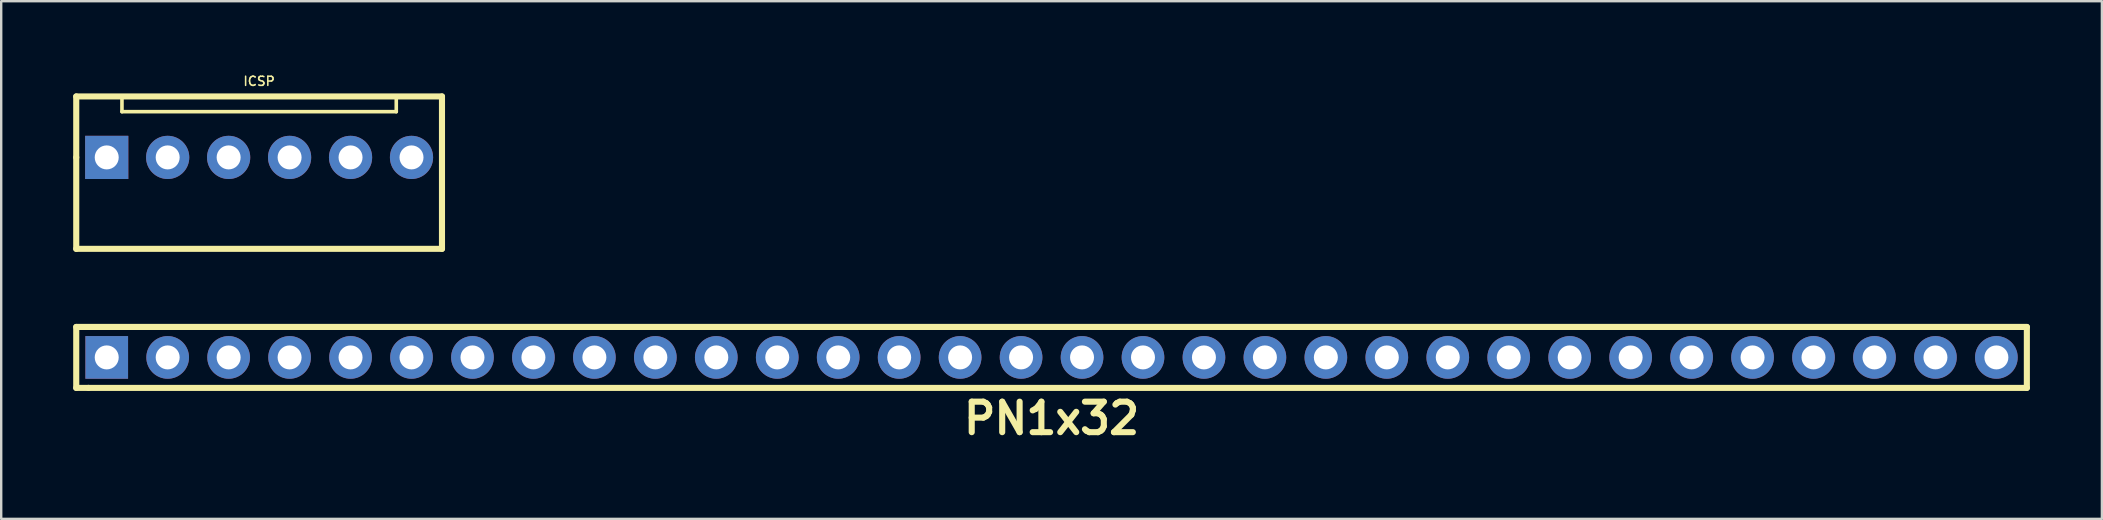
<source format=kicad_pcb>
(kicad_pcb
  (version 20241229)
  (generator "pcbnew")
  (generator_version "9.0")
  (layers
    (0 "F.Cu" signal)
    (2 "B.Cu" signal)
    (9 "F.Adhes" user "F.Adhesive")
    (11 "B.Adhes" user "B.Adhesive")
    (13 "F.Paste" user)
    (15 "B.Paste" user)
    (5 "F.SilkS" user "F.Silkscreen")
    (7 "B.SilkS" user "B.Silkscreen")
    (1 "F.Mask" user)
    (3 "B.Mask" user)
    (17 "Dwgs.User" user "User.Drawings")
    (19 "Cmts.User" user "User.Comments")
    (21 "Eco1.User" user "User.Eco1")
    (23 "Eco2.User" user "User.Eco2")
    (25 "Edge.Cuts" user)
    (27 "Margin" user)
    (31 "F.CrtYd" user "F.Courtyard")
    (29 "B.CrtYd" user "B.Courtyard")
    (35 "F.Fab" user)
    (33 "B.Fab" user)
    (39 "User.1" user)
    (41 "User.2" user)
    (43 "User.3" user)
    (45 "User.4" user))
  (footprint "ICSP"
    (layer "F.Cu")
    (at 7.747 3.509)
    (property "Reference" "ICSP" (at 0 -3.175 0) (layer "F.SilkS") (effects (font (size 0.381 0.381) (thickness 0.064))))
    (attr through_hole)
    (fp_line (start -7.62 -2.54) (end 7.62 -2.54) (stroke (width 0.254) (type solid)) (layer "F.SilkS"))
    (fp_line (start -7.62 0) (end -7.62 -2.54) (stroke (width 0.254) (type solid)) (layer "F.SilkS"))
    (fp_line (start -7.62 3.81) (end -7.62 0) (stroke (width 0.254) (type solid)) (layer "F.SilkS"))
    (fp_line (start -5.715 -2.54) (end -5.715 -1.905) (stroke (width 0.15) (type solid)) (layer "F.SilkS"))
    (fp_line (start -5.715 -1.905) (end 5.715 -1.905) (stroke (width 0.15) (type solid)) (layer "F.SilkS"))
    (fp_line (start 5.715 -1.905) (end 5.715 -2.54) (stroke (width 0.15) (type solid)) (layer "F.SilkS"))
    (fp_line (start 7.62 -2.54) (end 7.62 3.81) (stroke (width 0.254) (type solid)) (layer "F.SilkS"))
    (fp_line (start 7.62 3.81) (end -7.62 3.81) (stroke (width 0.254) (type solid)) (layer "F.SilkS"))
    (pad "1" thru_hole rect (at -6.35 0 90) (size 1.8 1.8) (drill 1) (layers "*.Cu" "*.Mask"))
    (pad "2" thru_hole circle (at -3.81 0 90) (size 1.8 1.8) (drill 1) (layers "*.Cu" "*.Mask"))
    (pad "3" thru_hole circle (at -1.27 0 90) (size 1.8 1.8) (drill 1) (layers "*.Cu" "*.Mask"))
    (pad "4" thru_hole circle (at 1.27 0 90) (size 1.8 1.8) (drill 1) (layers "*.Cu" "*.Mask"))
    (pad "5" thru_hole circle (at 3.81 0 90) (size 1.8 1.8) (drill 1) (layers "*.Cu" "*.Mask"))
    (pad "6" thru_hole circle (at 6.35 0) (size 1.8 1.8) (drill 1) (layers "*.Cu" "*.Mask")))
  (footprint "PN1x32"
    (layer "F.Cu")
    (at 40.767 11.843)
    (property "Reference" "PN1x32" (at 0 2.54 0) (layer "F.SilkS") (effects (font (size 1.27 1.27) (thickness 0.254))))
    (attr through_hole)
    (fp_line (start -40.64 -1.27) (end -40.64 1.27) (stroke (width 0.254) (type solid)) (layer "F.SilkS"))
    (fp_line (start -40.64 -1.27) (end 40.64 -1.27) (stroke (width 0.254) (type solid)) (layer "F.SilkS"))
    (fp_line (start -40.132 1.27) (end -40.64 1.27) (stroke (width 0.254) (type solid)) (layer "F.SilkS"))
    (fp_line (start 40.64 -1.27) (end 40.64 1.27) (stroke (width 0.254) (type solid)) (layer "F.SilkS"))
    (fp_line (start 40.64 1.27) (end -40.132 1.27) (stroke (width 0.254) (type solid)) (layer "F.SilkS"))
    (pad "1" thru_hole rect (at -39.37 0) (size 1.778 1.778) (drill 1) (layers "*.Cu" "*.Mask"))
    (pad "2" thru_hole circle (at -36.83 0) (size 1.778 1.778) (drill 1) (layers "*.Cu" "*.Mask"))
    (pad "3" thru_hole circle (at -34.29 0) (size 1.778 1.778) (drill 1) (layers "*.Cu" "*.Mask"))
    (pad "4" thru_hole circle (at -31.75 0) (size 1.778 1.778) (drill 1) (layers "*.Cu" "*.Mask"))
    (pad "5" thru_hole circle (at -29.21 0) (size 1.778 1.778) (drill 1) (layers "*.Cu" "*.Mask"))
    (pad "6" thru_hole circle (at -26.67 0) (size 1.778 1.778) (drill 1) (layers "*.Cu" "*.Mask"))
    (pad "7" thru_hole circle (at -24.13 0) (size 1.778 1.778) (drill 1) (layers "*.Cu" "*.Mask"))
    (pad "8" thru_hole circle (at -21.59 0) (size 1.778 1.778) (drill 1) (layers "*.Cu" "*.Mask"))
    (pad "9" thru_hole circle (at -19.05 0) (size 1.778 1.778) (drill 1) (layers "*.Cu" "*.Mask"))
    (pad "10" thru_hole circle (at -16.51 0) (size 1.778 1.778) (drill 1) (layers "*.Cu" "*.Mask"))
    (pad "11" thru_hole circle (at -13.97 0) (size 1.778 1.778) (drill 1) (layers "*.Cu" "*.Mask"))
    (pad "12" thru_hole circle (at -11.43 0) (size 1.778 1.778) (drill 1) (layers "*.Cu" "*.Mask"))
    (pad "13" thru_hole circle (at -8.89 0) (size 1.778 1.778) (drill 1) (layers "*.Cu" "*.Mask"))
    (pad "14" thru_hole circle (at -6.35 0) (size 1.778 1.778) (drill 1) (layers "*.Cu" "*.Mask"))
    (pad "15" thru_hole circle (at -3.81 0) (size 1.778 1.778) (drill 1) (layers "*.Cu" "*.Mask"))
    (pad "16" thru_hole circle (at -1.27 0) (size 1.778 1.778) (drill 1) (layers "*.Cu" "*.Mask"))
    (pad "17" thru_hole circle (at 1.27 0) (size 1.778 1.778) (drill 1) (layers "*.Cu" "*.Mask"))
    (pad "18" thru_hole circle (at 3.81 0) (size 1.778 1.778) (drill 1) (layers "*.Cu" "*.Mask"))
    (pad "19" thru_hole circle (at 6.35 0) (size 1.778 1.778) (drill 1) (layers "*.Cu" "*.Mask"))
    (pad "20" thru_hole circle (at 8.89 0) (size 1.778 1.778) (drill 1) (layers "*.Cu" "*.Mask"))
    (pad "21" thru_hole circle (at 11.43 0) (size 1.778 1.778) (drill 1) (layers "*.Cu" "*.Mask"))
    (pad "22" thru_hole circle (at 13.97 0) (size 1.778 1.778) (drill 1) (layers "*.Cu" "*.Mask"))
    (pad "23" thru_hole circle (at 16.51 0) (size 1.778 1.778) (drill 1) (layers "*.Cu" "*.Mask"))
    (pad "24" thru_hole circle (at 19.05 0) (size 1.778 1.778) (drill 1) (layers "*.Cu" "*.Mask"))
    (pad "25" thru_hole circle (at 21.59 0) (size 1.778 1.778) (drill 1) (layers "*.Cu" "*.Mask"))
    (pad "26" thru_hole circle (at 24.13 0) (size 1.778 1.778) (drill 1) (layers "*.Cu" "*.Mask"))
    (pad "27" thru_hole circle (at 26.67 0) (size 1.778 1.778) (drill 1) (layers "*.Cu" "*.Mask"))
    (pad "28" thru_hole circle (at 29.21 0) (size 1.778 1.778) (drill 1) (layers "*.Cu" "*.Mask"))
    (pad "29" thru_hole circle (at 31.75 0) (size 1.778 1.778) (drill 1) (layers "*.Cu" "*.Mask"))
    (pad "30" thru_hole circle (at 34.29 0) (size 1.778 1.778) (drill 1) (layers "*.Cu" "*.Mask"))
    (pad "31" thru_hole circle (at 36.83 0) (size 1.778 1.778) (drill 1) (layers "*.Cu" "*.Mask"))
    (pad "32" thru_hole circle (at 39.37 0) (size 1.778 1.778) (drill 1) (layers "*.Cu" "*.Mask")))
  (gr_rect
    (start -3 -3)
    (end 84.534 18.572)
    (stroke (width 0.1) (type default))
    (fill no)
    (layer "Edge.Cuts")))
</source>
